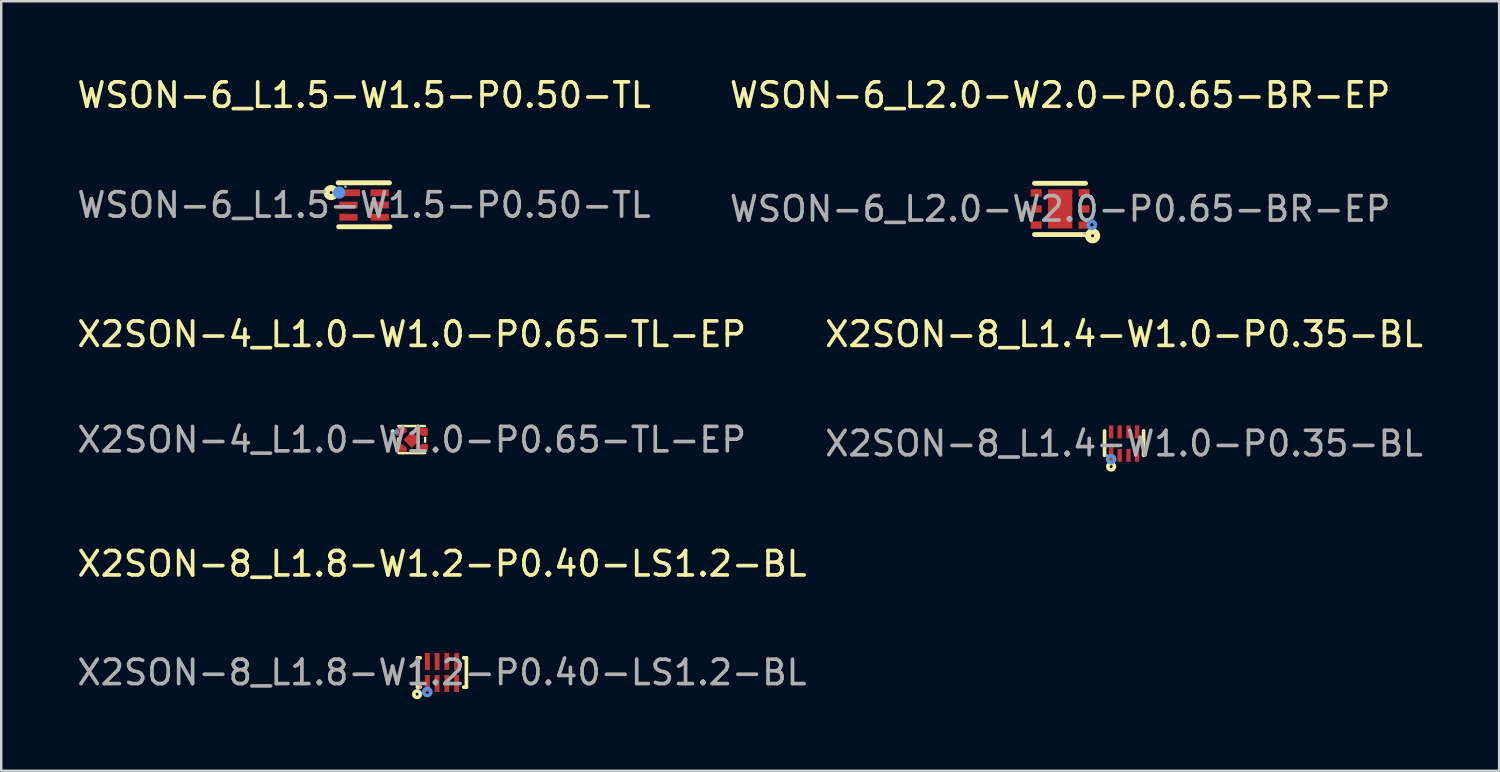
<source format=kicad_pcb>
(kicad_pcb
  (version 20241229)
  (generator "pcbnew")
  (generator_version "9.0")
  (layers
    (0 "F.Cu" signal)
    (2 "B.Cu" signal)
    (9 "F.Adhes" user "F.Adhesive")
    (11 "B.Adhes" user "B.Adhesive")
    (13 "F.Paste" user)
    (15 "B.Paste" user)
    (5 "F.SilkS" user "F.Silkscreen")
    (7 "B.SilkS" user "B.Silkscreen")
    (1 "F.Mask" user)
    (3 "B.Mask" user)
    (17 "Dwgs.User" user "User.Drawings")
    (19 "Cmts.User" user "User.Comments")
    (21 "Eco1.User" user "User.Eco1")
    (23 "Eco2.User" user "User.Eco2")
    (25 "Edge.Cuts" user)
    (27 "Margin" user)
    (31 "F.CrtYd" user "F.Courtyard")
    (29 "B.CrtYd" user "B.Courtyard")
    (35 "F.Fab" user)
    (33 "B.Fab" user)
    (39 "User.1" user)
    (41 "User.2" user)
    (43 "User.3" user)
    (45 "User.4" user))
  (footprint "X2SON-4_L1.0-W1.0-P0.65-TL-EP"
    (layer "F.Cu")
    (at 13.815 14.961)
    (property "Reference" "X2SON-4_L1.0-W1.0-P0.65-TL-EP" (at 0 -4.32 0) (layer "F.SilkS") (effects (font (size 1 1) (thickness 0.15))))
    (attr smd)
    (fp_line (start -0.55 -0.56) (end 0.54 -0.56) (stroke (width 0.1) (type solid)) (layer "F.SilkS"))
    (fp_line (start -0.55 -0.02) (end -0.55 -0.06) (stroke (width 0.1) (type solid)) (layer "F.SilkS"))
    (fp_line (start -0.55 -0.02) (end -0.55 0.07) (stroke (width 0.1) (type solid)) (layer "F.SilkS"))
    (fp_line (start -0.37 0.55) (end -0.54 0.55) (stroke (width 0.1) (type solid)) (layer "F.SilkS"))
    (fp_line (start -0.37 0.55) (end 0.55 0.55) (stroke (width 0.1) (type solid)) (layer "F.SilkS"))
    (fp_line (start 0.55 -0.08) (end 0.55 0.08) (stroke (width 0.1) (type solid)) (layer "F.SilkS"))
    (fp_circle (center -0.77 -0.33) (end -0.72 -0.33) (stroke (width 0.1) (type solid)) (fill no) (layer "F.SilkS"))
    (fp_circle (center -0.63 -0.32) (end -0.58 -0.32) (stroke (width 0.1) (type solid)) (fill no) (layer "Cmts.User"))
    (fp_circle (center -0.5 -0.5) (end -0.47 -0.5) (stroke (width 0.06) (type solid)) (fill no) (layer "F.Fab"))
    (fp_text user "${REFERENCE}" (at 0 0 0) (layer "F.Fab") (effects (font (size 1 1) (thickness 0.15))))
    (pad "1" smd custom (at -0.43 -0.32) (size 0.01 0.01) (layers "F.Cu" "F.Mask" "F.Paste") (options (anchor circle)) (primitives (gr_poly (pts (xy -0.18 -0.11) (xy -0.18 0.11) (xy 0 0.11) (xy 0.18 -0.03) (xy 0.18 -0.11) (xy -0.18 -0.11)) (width 0.1) (fill yes))))
    (pad "2" smd custom (at -0.43 0.32) (size 0.01 0.01) (layers "F.Cu" "F.Mask" "F.Paste") (options (anchor circle)) (primitives (gr_poly (pts (xy -0.18 0.12) (xy -0.18 -0.1) (xy 0 -0.1) (xy 0.18 0.04) (xy 0.18 0.12) (xy -0.18 0.12)) (width 0.1) (fill yes))))
    (pad "3" smd custom (at 0.43 0.32) (size 0.01 0.01) (layers "F.Cu" "F.Mask" "F.Paste") (options (anchor circle)) (primitives (gr_poly (pts (xy 0.18 0.12) (xy 0.18 -0.1) (xy 0 -0.1) (xy -0.18 0.04) (xy -0.18 0.12) (xy 0.18 0.12)) (width 0.1) (fill yes))))
    (pad "4" smd custom (at 0.43 -0.32) (size 0.01 0.01) (layers "F.Cu" "F.Mask" "F.Paste") (options (anchor circle)) (primitives (gr_poly (pts (xy 0.18 -0.11) (xy 0.18 0.11) (xy 0 0.11) (xy -0.18 -0.03) (xy -0.18 -0.11) (xy 0.18 -0.11)) (width 0.1) (fill yes))))
    (pad "5" smd rect (at 0 0 45) (size 0.48 0.48) (layers "F.Cu" "F.Mask" "F.Paste")))
  (footprint "X2SON-8_L1.4-W1.0-P0.35-BL"
    (layer "F.Cu")
    (at 42.994 15.121)
    (property "Reference" "X2SON-8_L1.4-W1.0-P0.35-BL" (at 0 -4.48 0) (layer "F.SilkS") (effects (font (size 1 1) (thickness 0.15))))
    (attr smd)
    (fp_line (start -0.8 -0.52) (end -0.8 0.48) (stroke (width 0.15) (type solid)) (layer "F.SilkS"))
    (fp_line (start 0.8 -0.52) (end 0.8 0.48) (stroke (width 0.15) (type solid)) (layer "F.SilkS"))
    (fp_circle (center -0.53 0.94) (end -0.47 0.94) (stroke (width 0.15) (type solid)) (fill no) (layer "F.SilkS"))
    (fp_circle (center -0.53 0.64) (end -0.46 0.64) (stroke (width 0.15) (type solid)) (fill no) (layer "Cmts.User"))
    (fp_circle (center -0.7 0.49) (end -0.67 0.49) (stroke (width 0.06) (type solid)) (fill no) (layer "F.Fab"))
    (fp_text user "${REFERENCE}" (at 0 0 0) (layer "F.Fab") (effects (font (size 1 1) (thickness 0.15))))
    (pad "1" smd rect (at -0.53 0.45) (size 0.18 0.6) (layers "F.Cu" "F.Mask" "F.Paste"))
    (pad "2" smd rect (at -0.18 0.48) (size 0.18 0.53) (layers "F.Cu" "F.Mask" "F.Paste"))
    (pad "3" smd rect (at 0.18 0.48) (size 0.18 0.53) (layers "F.Cu" "F.Mask" "F.Paste"))
    (pad "4" smd rect (at 0.53 0.48) (size 0.18 0.53) (layers "F.Cu" "F.Mask" "F.Paste"))
    (pad "5" smd rect (at 0.53 -0.48) (size 0.18 0.53) (layers "F.Cu" "F.Mask" "F.Paste"))
    (pad "6" smd rect (at 0.18 -0.48) (size 0.18 0.53) (layers "F.Cu" "F.Mask" "F.Paste"))
    (pad "7" smd rect (at -0.18 -0.48) (size 0.18 0.53) (layers "F.Cu" "F.Mask" "F.Paste"))
    (pad "8" smd rect (at -0.53 -0.48) (size 0.18 0.53) (layers "F.Cu" "F.Mask" "F.Paste")))
  (footprint "WSON-6_L1.5-W1.5-P0.50-TL"
    (layer "F.Cu")
    (at 11.863 5.348)
    (property "Reference" "WSON-6_L1.5-W1.5-P0.50-TL" (at 0 -4.5 0) (layer "F.SilkS") (effects (font (size 1 1) (thickness 0.15))))
    (attr smd)
    (fp_line (start -1.06 -0.91) (end 1.04 -0.91) (stroke (width 0.2) (type solid)) (layer "F.SilkS"))
    (fp_line (start -1.04 0.89) (end 1.06 0.89) (stroke (width 0.2) (type solid)) (layer "F.SilkS"))
    (fp_circle (center -1.35 -0.51) (end -1.29 -0.51) (stroke (width 0.25) (type solid)) (fill no) (layer "F.SilkS"))
    (fp_circle (center -1.02 -0.51) (end -0.89 -0.51) (stroke (width 0.25) (type solid)) (fill no) (layer "Cmts.User"))
    (fp_circle (center -0.76 -0.75) (end -0.73 -0.75) (stroke (width 0.06) (type solid)) (fill no) (layer "F.Fab"))
    (fp_text user "${REFERENCE}" (at 0 0 0) (layer "F.Fab") (effects (font (size 1 1) (thickness 0.15))))
    (pad "1" smd rect (at -0.58 -0.5) (size 0.84 0.28) (layers "F.Cu" "F.Mask" "F.Paste"))
    (pad "2" smd rect (at -0.64 0) (size 0.75 0.28) (layers "F.Cu" "F.Mask" "F.Paste"))
    (pad "3" smd rect (at -0.64 0.5) (size 0.75 0.28) (layers "F.Cu" "F.Mask" "F.Paste"))
    (pad "4" smd rect (at 0.64 0.5) (size 0.75 0.28) (layers "F.Cu" "F.Mask" "F.Paste"))
    (pad "5" smd rect (at 0.64 0) (size 0.75 0.28) (layers "F.Cu" "F.Mask" "F.Paste"))
    (pad "6" smd rect (at 0.64 -0.5) (size 0.75 0.28) (layers "F.Cu" "F.Mask" "F.Paste")))
  (footprint "X2SON-8_L1.8-W1.2-P0.40-LS1.2-BL"
    (layer "F.Cu")
    (at 15.054 24.495)
    (property "Reference" "X2SON-8_L1.8-W1.2-P0.40-LS1.2-BL" (at 0 -4.45 0) (layer "F.SilkS") (effects (font (size 1 1) (thickness 0.15))))
    (attr smd)
    (fp_line (start -1 -0.6) (end -1 0.6) (stroke (width 0.15) (type solid)) (layer "F.SilkS"))
    (fp_line (start -1 0.6) (end -0.89 0.6) (stroke (width 0.15) (type solid)) (layer "F.SilkS"))
    (fp_line (start -0.89 -0.6) (end -1 -0.6) (stroke (width 0.15) (type solid)) (layer "F.SilkS"))
    (fp_line (start 0.89 0.6) (end 1 0.6) (stroke (width 0.15) (type solid)) (layer "F.SilkS"))
    (fp_line (start 1 -0.6) (end 0.89 -0.6) (stroke (width 0.15) (type solid)) (layer "F.SilkS"))
    (fp_line (start 1 0.6) (end 1 -0.6) (stroke (width 0.15) (type solid)) (layer "F.SilkS"))
    (fp_circle (center -1.02 0.89) (end -0.96 0.89) (stroke (width 0.15) (type solid)) (fill no) (layer "F.SilkS"))
    (fp_circle (center -0.6 0.8) (end -0.53 0.8) (stroke (width 0.15) (type solid)) (fill no) (layer "Cmts.User"))
    (fp_circle (center -0.9 0.61) (end -0.87 0.61) (stroke (width 0.06) (type solid)) (fill no) (layer "F.Fab"))
    (fp_text user "${REFERENCE}" (at 0 0 0) (layer "F.Fab") (effects (font (size 1 1) (thickness 0.15))))
    (pad "1" smd rect (at -0.6 0.45) (size 0.2 0.7) (layers "F.Cu" "F.Mask" "F.Paste"))
    (pad "2" smd rect (at -0.2 0.45) (size 0.2 0.7) (layers "F.Cu" "F.Mask" "F.Paste"))
    (pad "3" smd rect (at 0.2 0.45) (size 0.2 0.7) (layers "F.Cu" "F.Mask" "F.Paste"))
    (pad "4" smd rect (at 0.6 0.45) (size 0.2 0.7) (layers "F.Cu" "F.Mask" "F.Paste"))
    (pad "5" smd rect (at 0.6 -0.45) (size 0.2 0.7) (layers "F.Cu" "F.Mask" "F.Paste"))
    (pad "6" smd rect (at 0.2 -0.45) (size 0.2 0.7) (layers "F.Cu" "F.Mask" "F.Paste"))
    (pad "7" smd rect (at -0.2 -0.45) (size 0.2 0.7) (layers "F.Cu" "F.Mask" "F.Paste"))
    (pad "8" smd rect (at -0.6 -0.45) (size 0.2 0.7) (layers "F.Cu" "F.Mask" "F.Paste")))
  (footprint "WSON-6_L2.0-W2.0-P0.65-BR-EP"
    (layer "F.Cu")
    (at 40.375 5.508)
    (property "Reference" "WSON-6_L2.0-W2.0-P0.65-BR-EP" (at 0 -4.66 0) (layer "F.SilkS") (effects (font (size 1 1) (thickness 0.15))))
    (attr smd)
    (fp_line (start 1.04 -1.05) (end -1.05 -1.05) (stroke (width 0.2) (type solid)) (layer "F.SilkS"))
    (fp_line (start 1.04 1.05) (end -1.05 1.05) (stroke (width 0.2) (type solid)) (layer "F.SilkS"))
    (fp_circle (center 1.33 1.1) (end 1.39 1.1) (stroke (width 0.25) (type solid)) (fill no) (layer "F.SilkS"))
    (fp_circle (center 1.3 0.65) (end 1.37 0.65) (stroke (width 0.15) (type solid)) (fill no) (layer "Cmts.User"))
    (fp_circle (center 1 1) (end 1.03 1) (stroke (width 0.06) (type solid)) (fill no) (layer "F.Fab"))
    (fp_text user "${REFERENCE}" (at 0 0 0) (layer "F.Fab") (effects (font (size 1 1) (thickness 0.15))))
    (pad "1" smd rect (at 0.98 0.66) (size 0.45 0.3) (layers "F.Cu" "F.Mask" "F.Paste"))
    (pad "2" smd rect (at 0.98 0) (size 0.45 0.3) (layers "F.Cu" "F.Mask" "F.Paste"))
    (pad "3" smd rect (at 0.98 -0.66) (size 0.45 0.3) (layers "F.Cu" "F.Mask" "F.Paste"))
    (pad "4" smd rect (at -0.98 -0.66) (size 0.45 0.3) (layers "F.Cu" "F.Mask" "F.Paste"))
    (pad "5" smd rect (at -0.98 0) (size 0.45 0.3) (layers "F.Cu" "F.Mask" "F.Paste"))
    (pad "6" smd rect (at -0.98 0.66) (size 0.45 0.3) (layers "F.Cu" "F.Mask" "F.Paste"))
    (pad "7" smd rect (at 0 0) (size 1 1.6) (layers "F.Cu" "F.Mask" "F.Paste")))
  (gr_rect
    (start -3 -3)
    (end 58.357 28.52)
    (stroke (width 0.1) (type default))
    (fill no)
    (layer "Edge.Cuts")))
</source>
